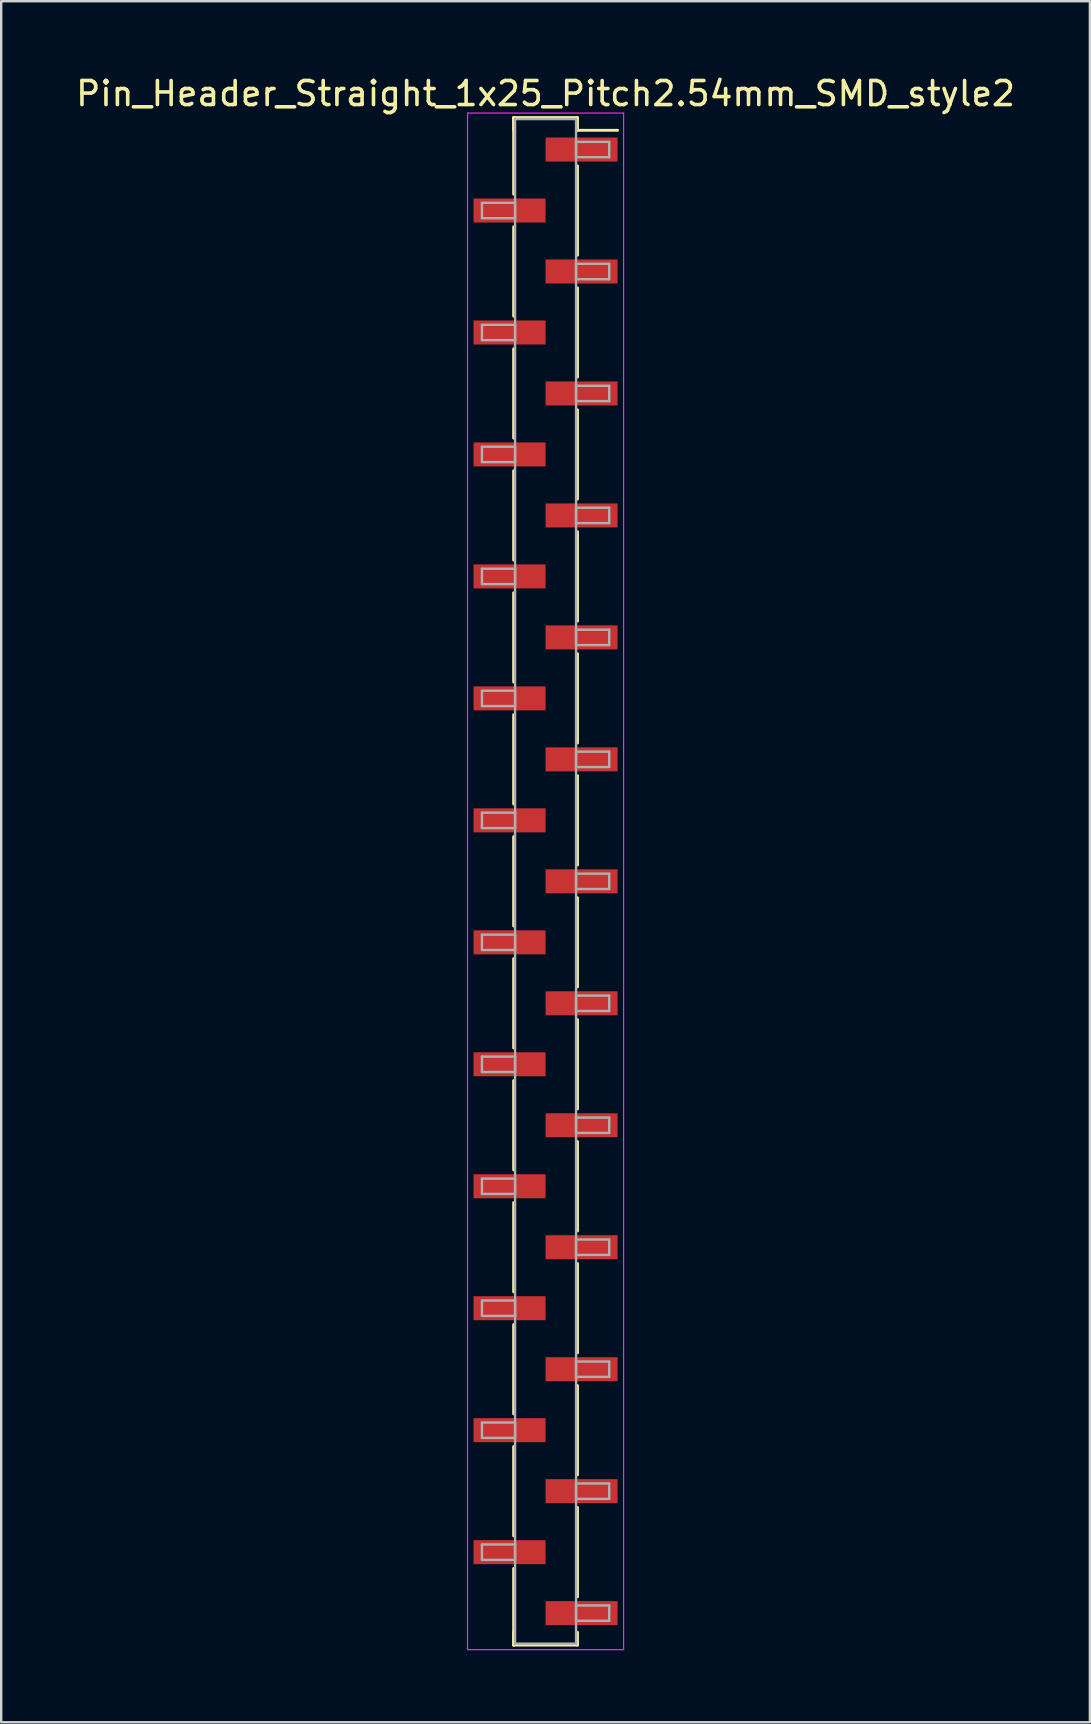
<source format=kicad_pcb>
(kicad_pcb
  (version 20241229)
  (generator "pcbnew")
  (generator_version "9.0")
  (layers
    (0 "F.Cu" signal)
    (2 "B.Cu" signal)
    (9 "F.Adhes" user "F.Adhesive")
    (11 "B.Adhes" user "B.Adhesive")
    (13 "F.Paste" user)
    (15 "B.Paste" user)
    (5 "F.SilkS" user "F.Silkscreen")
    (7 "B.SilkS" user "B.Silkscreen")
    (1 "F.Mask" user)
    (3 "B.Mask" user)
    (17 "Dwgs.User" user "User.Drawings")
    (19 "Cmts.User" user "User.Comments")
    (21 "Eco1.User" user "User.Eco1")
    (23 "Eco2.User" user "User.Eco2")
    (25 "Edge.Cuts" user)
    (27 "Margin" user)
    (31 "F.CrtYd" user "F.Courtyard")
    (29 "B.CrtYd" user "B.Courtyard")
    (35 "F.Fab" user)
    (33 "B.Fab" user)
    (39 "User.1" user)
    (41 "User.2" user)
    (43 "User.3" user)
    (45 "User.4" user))
  (footprint "Pin_Header_Straight_1x25_Pitch2.54mm_SMD_style2"
    (layer "F.Cu")
    (at 19.673 33.658)
    (property "Reference" "Pin_Header_Straight_1x25_Pitch2.54mm_SMD_style2" (at 0 -32.81 0) (layer "F.SilkS") (effects (font (size 1 1) (thickness 0.15))))
    (attr smd)
    (fp_line (start -1.33 -31.81) (end -1.33 -28.62) (stroke (width 0.12) (type solid)) (layer "F.SilkS"))
    (fp_line (start -1.33 -31.81) (end 1.33 -31.81) (stroke (width 0.12) (type solid)) (layer "F.SilkS"))
    (fp_line (start -1.33 -31.28) (end -1.33 -31.81) (stroke (width 0.12) (type solid)) (layer "F.SilkS"))
    (fp_line (start -1.33 -27.26) (end -1.33 -23.54) (stroke (width 0.12) (type solid)) (layer "F.SilkS"))
    (fp_line (start -1.33 -22.18) (end -1.33 -18.46) (stroke (width 0.12) (type solid)) (layer "F.SilkS"))
    (fp_line (start -1.33 -17.1) (end -1.33 -13.38) (stroke (width 0.12) (type solid)) (layer "F.SilkS"))
    (fp_line (start -1.33 -12.02) (end -1.33 -8.3) (stroke (width 0.12) (type solid)) (layer "F.SilkS"))
    (fp_line (start -1.33 -6.94) (end -1.33 -3.22) (stroke (width 0.12) (type solid)) (layer "F.SilkS"))
    (fp_line (start -1.33 -1.86) (end -1.33 1.86) (stroke (width 0.12) (type solid)) (layer "F.SilkS"))
    (fp_line (start -1.33 3.22) (end -1.33 6.94) (stroke (width 0.12) (type solid)) (layer "F.SilkS"))
    (fp_line (start -1.33 8.3) (end -1.33 12.02) (stroke (width 0.12) (type solid)) (layer "F.SilkS"))
    (fp_line (start -1.33 13.38) (end -1.33 17.1) (stroke (width 0.12) (type solid)) (layer "F.SilkS"))
    (fp_line (start -1.33 18.46) (end -1.33 22.18) (stroke (width 0.12) (type solid)) (layer "F.SilkS"))
    (fp_line (start -1.33 23.54) (end -1.33 27.26) (stroke (width 0.12) (type solid)) (layer "F.SilkS"))
    (fp_line (start -1.33 28.62) (end -1.33 31.81) (stroke (width 0.12) (type solid)) (layer "F.SilkS"))
    (fp_line (start -1.33 31.28) (end -1.33 31.81) (stroke (width 0.12) (type solid)) (layer "F.SilkS"))
    (fp_line (start -1.33 31.81) (end 1.33 31.81) (stroke (width 0.12) (type solid)) (layer "F.SilkS"))
    (fp_line (start 1.33 -31.81) (end 1.33 -31.28) (stroke (width 0.12) (type solid)) (layer "F.SilkS"))
    (fp_line (start 1.33 -31.28) (end 3 -31.28) (stroke (width 0.12) (type solid)) (layer "F.SilkS"))
    (fp_line (start 1.33 -29.8) (end 1.33 -26.08) (stroke (width 0.12) (type solid)) (layer "F.SilkS"))
    (fp_line (start 1.33 -24.72) (end 1.33 -21) (stroke (width 0.12) (type solid)) (layer "F.SilkS"))
    (fp_line (start 1.33 -19.64) (end 1.33 -15.92) (stroke (width 0.12) (type solid)) (layer "F.SilkS"))
    (fp_line (start 1.33 -14.56) (end 1.33 -10.84) (stroke (width 0.12) (type solid)) (layer "F.SilkS"))
    (fp_line (start 1.33 -9.48) (end 1.33 -5.76) (stroke (width 0.12) (type solid)) (layer "F.SilkS"))
    (fp_line (start 1.33 -4.4) (end 1.33 -0.68) (stroke (width 0.12) (type solid)) (layer "F.SilkS"))
    (fp_line (start 1.33 0.68) (end 1.33 4.4) (stroke (width 0.12) (type solid)) (layer "F.SilkS"))
    (fp_line (start 1.33 5.76) (end 1.33 9.48) (stroke (width 0.12) (type solid)) (layer "F.SilkS"))
    (fp_line (start 1.33 10.84) (end 1.33 14.56) (stroke (width 0.12) (type solid)) (layer "F.SilkS"))
    (fp_line (start 1.33 15.92) (end 1.33 19.64) (stroke (width 0.12) (type solid)) (layer "F.SilkS"))
    (fp_line (start 1.33 21) (end 1.33 24.72) (stroke (width 0.12) (type solid)) (layer "F.SilkS"))
    (fp_line (start 1.33 26.08) (end 1.33 29.8) (stroke (width 0.12) (type solid)) (layer "F.SilkS"))
    (fp_line (start 1.33 31.81) (end 1.33 31.28) (stroke (width 0.12) (type solid)) (layer "F.SilkS"))
    (fp_line (start -3.25 -32) (end -3.25 32) (stroke (width 0.05) (type solid)) (layer "F.CrtYd"))
    (fp_line (start -3.25 32) (end 3.25 32) (stroke (width 0.05) (type solid)) (layer "F.CrtYd"))
    (fp_line (start 3.25 -32) (end -3.25 -32) (stroke (width 0.05) (type solid)) (layer "F.CrtYd"))
    (fp_line (start 3.25 32) (end 3.25 -32) (stroke (width 0.05) (type solid)) (layer "F.CrtYd"))
    (fp_line (start -2.65 -28.26) (end -1.27 -28.26) (stroke (width 0.1) (type solid)) (layer "F.Fab"))
    (fp_line (start -2.65 -27.62) (end -2.65 -28.26) (stroke (width 0.1) (type solid)) (layer "F.Fab"))
    (fp_line (start -2.65 -23.18) (end -1.27 -23.18) (stroke (width 0.1) (type solid)) (layer "F.Fab"))
    (fp_line (start -2.65 -22.54) (end -2.65 -23.18) (stroke (width 0.1) (type solid)) (layer "F.Fab"))
    (fp_line (start -2.65 -18.1) (end -1.27 -18.1) (stroke (width 0.1) (type solid)) (layer "F.Fab"))
    (fp_line (start -2.65 -17.46) (end -2.65 -18.1) (stroke (width 0.1) (type solid)) (layer "F.Fab"))
    (fp_line (start -2.65 -13.02) (end -1.27 -13.02) (stroke (width 0.1) (type solid)) (layer "F.Fab"))
    (fp_line (start -2.65 -12.38) (end -2.65 -13.02) (stroke (width 0.1) (type solid)) (layer "F.Fab"))
    (fp_line (start -2.65 -7.94) (end -1.27 -7.94) (stroke (width 0.1) (type solid)) (layer "F.Fab"))
    (fp_line (start -2.65 -7.3) (end -2.65 -7.94) (stroke (width 0.1) (type solid)) (layer "F.Fab"))
    (fp_line (start -2.65 -2.86) (end -1.27 -2.86) (stroke (width 0.1) (type solid)) (layer "F.Fab"))
    (fp_line (start -2.65 -2.22) (end -2.65 -2.86) (stroke (width 0.1) (type solid)) (layer "F.Fab"))
    (fp_line (start -2.65 2.22) (end -1.27 2.22) (stroke (width 0.1) (type solid)) (layer "F.Fab"))
    (fp_line (start -2.65 2.86) (end -2.65 2.22) (stroke (width 0.1) (type solid)) (layer "F.Fab"))
    (fp_line (start -2.65 7.3) (end -1.27 7.3) (stroke (width 0.1) (type solid)) (layer "F.Fab"))
    (fp_line (start -2.65 7.94) (end -2.65 7.3) (stroke (width 0.1) (type solid)) (layer "F.Fab"))
    (fp_line (start -2.65 12.38) (end -1.27 12.38) (stroke (width 0.1) (type solid)) (layer "F.Fab"))
    (fp_line (start -2.65 13.02) (end -2.65 12.38) (stroke (width 0.1) (type solid)) (layer "F.Fab"))
    (fp_line (start -2.65 17.46) (end -1.27 17.46) (stroke (width 0.1) (type solid)) (layer "F.Fab"))
    (fp_line (start -2.65 18.1) (end -2.65 17.46) (stroke (width 0.1) (type solid)) (layer "F.Fab"))
    (fp_line (start -2.65 22.54) (end -1.27 22.54) (stroke (width 0.1) (type solid)) (layer "F.Fab"))
    (fp_line (start -2.65 23.18) (end -2.65 22.54) (stroke (width 0.1) (type solid)) (layer "F.Fab"))
    (fp_line (start -2.65 27.62) (end -1.27 27.62) (stroke (width 0.1) (type solid)) (layer "F.Fab"))
    (fp_line (start -2.65 28.26) (end -2.65 27.62) (stroke (width 0.1) (type solid)) (layer "F.Fab"))
    (fp_line (start -1.27 -31.75) (end -1.27 31.75) (stroke (width 0.1) (type solid)) (layer "F.Fab"))
    (fp_line (start -1.27 -28.26) (end -1.27 -27.62) (stroke (width 0.1) (type solid)) (layer "F.Fab"))
    (fp_line (start -1.27 -27.62) (end -2.65 -27.62) (stroke (width 0.1) (type solid)) (layer "F.Fab"))
    (fp_line (start -1.27 -23.18) (end -1.27 -22.54) (stroke (width 0.1) (type solid)) (layer "F.Fab"))
    (fp_line (start -1.27 -22.54) (end -2.65 -22.54) (stroke (width 0.1) (type solid)) (layer "F.Fab"))
    (fp_line (start -1.27 -18.1) (end -1.27 -17.46) (stroke (width 0.1) (type solid)) (layer "F.Fab"))
    (fp_line (start -1.27 -17.46) (end -2.65 -17.46) (stroke (width 0.1) (type solid)) (layer "F.Fab"))
    (fp_line (start -1.27 -13.02) (end -1.27 -12.38) (stroke (width 0.1) (type solid)) (layer "F.Fab"))
    (fp_line (start -1.27 -12.38) (end -2.65 -12.38) (stroke (width 0.1) (type solid)) (layer "F.Fab"))
    (fp_line (start -1.27 -7.94) (end -1.27 -7.3) (stroke (width 0.1) (type solid)) (layer "F.Fab"))
    (fp_line (start -1.27 -7.3) (end -2.65 -7.3) (stroke (width 0.1) (type solid)) (layer "F.Fab"))
    (fp_line (start -1.27 -2.86) (end -1.27 -2.22) (stroke (width 0.1) (type solid)) (layer "F.Fab"))
    (fp_line (start -1.27 -2.22) (end -2.65 -2.22) (stroke (width 0.1) (type solid)) (layer "F.Fab"))
    (fp_line (start -1.27 2.22) (end -1.27 2.86) (stroke (width 0.1) (type solid)) (layer "F.Fab"))
    (fp_line (start -1.27 2.86) (end -2.65 2.86) (stroke (width 0.1) (type solid)) (layer "F.Fab"))
    (fp_line (start -1.27 7.3) (end -1.27 7.94) (stroke (width 0.1) (type solid)) (layer "F.Fab"))
    (fp_line (start -1.27 7.94) (end -2.65 7.94) (stroke (width 0.1) (type solid)) (layer "F.Fab"))
    (fp_line (start -1.27 12.38) (end -1.27 13.02) (stroke (width 0.1) (type solid)) (layer "F.Fab"))
    (fp_line (start -1.27 13.02) (end -2.65 13.02) (stroke (width 0.1) (type solid)) (layer "F.Fab"))
    (fp_line (start -1.27 17.46) (end -1.27 18.1) (stroke (width 0.1) (type solid)) (layer "F.Fab"))
    (fp_line (start -1.27 18.1) (end -2.65 18.1) (stroke (width 0.1) (type solid)) (layer "F.Fab"))
    (fp_line (start -1.27 22.54) (end -1.27 23.18) (stroke (width 0.1) (type solid)) (layer "F.Fab"))
    (fp_line (start -1.27 23.18) (end -2.65 23.18) (stroke (width 0.1) (type solid)) (layer "F.Fab"))
    (fp_line (start -1.27 27.62) (end -1.27 28.26) (stroke (width 0.1) (type solid)) (layer "F.Fab"))
    (fp_line (start -1.27 28.26) (end -2.65 28.26) (stroke (width 0.1) (type solid)) (layer "F.Fab"))
    (fp_line (start -1.27 31.75) (end 1.27 31.75) (stroke (width 0.1) (type solid)) (layer "F.Fab"))
    (fp_line (start 1.27 -31.75) (end -1.27 -31.75) (stroke (width 0.1) (type solid)) (layer "F.Fab"))
    (fp_line (start 1.27 -30.8) (end 1.27 -30.16) (stroke (width 0.1) (type solid)) (layer "F.Fab"))
    (fp_line (start 1.27 -30.16) (end 2.65 -30.16) (stroke (width 0.1) (type solid)) (layer "F.Fab"))
    (fp_line (start 1.27 -25.72) (end 1.27 -25.08) (stroke (width 0.1) (type solid)) (layer "F.Fab"))
    (fp_line (start 1.27 -25.08) (end 2.65 -25.08) (stroke (width 0.1) (type solid)) (layer "F.Fab"))
    (fp_line (start 1.27 -20.64) (end 1.27 -20) (stroke (width 0.1) (type solid)) (layer "F.Fab"))
    (fp_line (start 1.27 -20) (end 2.65 -20) (stroke (width 0.1) (type solid)) (layer "F.Fab"))
    (fp_line (start 1.27 -15.56) (end 1.27 -14.92) (stroke (width 0.1) (type solid)) (layer "F.Fab"))
    (fp_line (start 1.27 -14.92) (end 2.65 -14.92) (stroke (width 0.1) (type solid)) (layer "F.Fab"))
    (fp_line (start 1.27 -10.48) (end 1.27 -9.84) (stroke (width 0.1) (type solid)) (layer "F.Fab"))
    (fp_line (start 1.27 -9.84) (end 2.65 -9.84) (stroke (width 0.1) (type solid)) (layer "F.Fab"))
    (fp_line (start 1.27 -5.4) (end 1.27 -4.76) (stroke (width 0.1) (type solid)) (layer "F.Fab"))
    (fp_line (start 1.27 -4.76) (end 2.65 -4.76) (stroke (width 0.1) (type solid)) (layer "F.Fab"))
    (fp_line (start 1.27 -0.32) (end 1.27 0.32) (stroke (width 0.1) (type solid)) (layer "F.Fab"))
    (fp_line (start 1.27 0.32) (end 2.65 0.32) (stroke (width 0.1) (type solid)) (layer "F.Fab"))
    (fp_line (start 1.27 4.76) (end 1.27 5.4) (stroke (width 0.1) (type solid)) (layer "F.Fab"))
    (fp_line (start 1.27 5.4) (end 2.65 5.4) (stroke (width 0.1) (type solid)) (layer "F.Fab"))
    (fp_line (start 1.27 9.84) (end 1.27 10.48) (stroke (width 0.1) (type solid)) (layer "F.Fab"))
    (fp_line (start 1.27 10.48) (end 2.65 10.48) (stroke (width 0.1) (type solid)) (layer "F.Fab"))
    (fp_line (start 1.27 14.92) (end 1.27 15.56) (stroke (width 0.1) (type solid)) (layer "F.Fab"))
    (fp_line (start 1.27 15.56) (end 2.65 15.56) (stroke (width 0.1) (type solid)) (layer "F.Fab"))
    (fp_line (start 1.27 20) (end 1.27 20.64) (stroke (width 0.1) (type solid)) (layer "F.Fab"))
    (fp_line (start 1.27 20.64) (end 2.65 20.64) (stroke (width 0.1) (type solid)) (layer "F.Fab"))
    (fp_line (start 1.27 25.08) (end 1.27 25.72) (stroke (width 0.1) (type solid)) (layer "F.Fab"))
    (fp_line (start 1.27 25.72) (end 2.65 25.72) (stroke (width 0.1) (type solid)) (layer "F.Fab"))
    (fp_line (start 1.27 30.16) (end 1.27 30.8) (stroke (width 0.1) (type solid)) (layer "F.Fab"))
    (fp_line (start 1.27 30.8) (end 2.65 30.8) (stroke (width 0.1) (type solid)) (layer "F.Fab"))
    (fp_line (start 1.27 31.75) (end 1.27 -31.75) (stroke (width 0.1) (type solid)) (layer "F.Fab"))
    (fp_line (start 2.65 -30.8) (end 1.27 -30.8) (stroke (width 0.1) (type solid)) (layer "F.Fab"))
    (fp_line (start 2.65 -30.16) (end 2.65 -30.8) (stroke (width 0.1) (type solid)) (layer "F.Fab"))
    (fp_line (start 2.65 -25.72) (end 1.27 -25.72) (stroke (width 0.1) (type solid)) (layer "F.Fab"))
    (fp_line (start 2.65 -25.08) (end 2.65 -25.72) (stroke (width 0.1) (type solid)) (layer "F.Fab"))
    (fp_line (start 2.65 -20.64) (end 1.27 -20.64) (stroke (width 0.1) (type solid)) (layer "F.Fab"))
    (fp_line (start 2.65 -20) (end 2.65 -20.64) (stroke (width 0.1) (type solid)) (layer "F.Fab"))
    (fp_line (start 2.65 -15.56) (end 1.27 -15.56) (stroke (width 0.1) (type solid)) (layer "F.Fab"))
    (fp_line (start 2.65 -14.92) (end 2.65 -15.56) (stroke (width 0.1) (type solid)) (layer "F.Fab"))
    (fp_line (start 2.65 -10.48) (end 1.27 -10.48) (stroke (width 0.1) (type solid)) (layer "F.Fab"))
    (fp_line (start 2.65 -9.84) (end 2.65 -10.48) (stroke (width 0.1) (type solid)) (layer "F.Fab"))
    (fp_line (start 2.65 -5.4) (end 1.27 -5.4) (stroke (width 0.1) (type solid)) (layer "F.Fab"))
    (fp_line (start 2.65 -4.76) (end 2.65 -5.4) (stroke (width 0.1) (type solid)) (layer "F.Fab"))
    (fp_line (start 2.65 -0.32) (end 1.27 -0.32) (stroke (width 0.1) (type solid)) (layer "F.Fab"))
    (fp_line (start 2.65 0.32) (end 2.65 -0.32) (stroke (width 0.1) (type solid)) (layer "F.Fab"))
    (fp_line (start 2.65 4.76) (end 1.27 4.76) (stroke (width 0.1) (type solid)) (layer "F.Fab"))
    (fp_line (start 2.65 5.4) (end 2.65 4.76) (stroke (width 0.1) (type solid)) (layer "F.Fab"))
    (fp_line (start 2.65 9.84) (end 1.27 9.84) (stroke (width 0.1) (type solid)) (layer "F.Fab"))
    (fp_line (start 2.65 10.48) (end 2.65 9.84) (stroke (width 0.1) (type solid)) (layer "F.Fab"))
    (fp_line (start 2.65 14.92) (end 1.27 14.92) (stroke (width 0.1) (type solid)) (layer "F.Fab"))
    (fp_line (start 2.65 15.56) (end 2.65 14.92) (stroke (width 0.1) (type solid)) (layer "F.Fab"))
    (fp_line (start 2.65 20) (end 1.27 20) (stroke (width 0.1) (type solid)) (layer "F.Fab"))
    (fp_line (start 2.65 20.64) (end 2.65 20) (stroke (width 0.1) (type solid)) (layer "F.Fab"))
    (fp_line (start 2.65 25.08) (end 1.27 25.08) (stroke (width 0.1) (type solid)) (layer "F.Fab"))
    (fp_line (start 2.65 25.72) (end 2.65 25.08) (stroke (width 0.1) (type solid)) (layer "F.Fab"))
    (fp_line (start 2.65 30.16) (end 1.27 30.16) (stroke (width 0.1) (type solid)) (layer "F.Fab"))
    (fp_line (start 2.65 30.8) (end 2.65 30.16) (stroke (width 0.1) (type solid)) (layer "F.Fab"))
    (pad "1" smd rect (at 1.5 -30.48) (size 3 1) (layers "F.Cu" "F.Mask"))
    (pad "2" smd rect (at -1.5 -27.94) (size 3 1) (layers "F.Cu" "F.Mask"))
    (pad "3" smd rect (at 1.5 -25.4) (size 3 1) (layers "F.Cu" "F.Mask"))
    (pad "4" smd rect (at -1.5 -22.86) (size 3 1) (layers "F.Cu" "F.Mask"))
    (pad "5" smd rect (at 1.5 -20.32) (size 3 1) (layers "F.Cu" "F.Mask"))
    (pad "6" smd rect (at -1.5 -17.78) (size 3 1) (layers "F.Cu" "F.Mask"))
    (pad "7" smd rect (at 1.5 -15.24) (size 3 1) (layers "F.Cu" "F.Mask"))
    (pad "8" smd rect (at -1.5 -12.7) (size 3 1) (layers "F.Cu" "F.Mask"))
    (pad "9" smd rect (at 1.5 -10.16) (size 3 1) (layers "F.Cu" "F.Mask"))
    (pad "10" smd rect (at -1.5 -7.62) (size 3 1) (layers "F.Cu" "F.Mask"))
    (pad "11" smd rect (at 1.5 -5.08) (size 3 1) (layers "F.Cu" "F.Mask"))
    (pad "12" smd rect (at -1.5 -2.54) (size 3 1) (layers "F.Cu" "F.Mask"))
    (pad "13" smd rect (at 1.5 0) (size 3 1) (layers "F.Cu" "F.Mask"))
    (pad "14" smd rect (at -1.5 2.54) (size 3 1) (layers "F.Cu" "F.Mask"))
    (pad "15" smd rect (at 1.5 5.08) (size 3 1) (layers "F.Cu" "F.Mask"))
    (pad "16" smd rect (at -1.5 7.62) (size 3 1) (layers "F.Cu" "F.Mask"))
    (pad "17" smd rect (at 1.5 10.16) (size 3 1) (layers "F.Cu" "F.Mask"))
    (pad "18" smd rect (at -1.5 12.7) (size 3 1) (layers "F.Cu" "F.Mask"))
    (pad "19" smd rect (at 1.5 15.24) (size 3 1) (layers "F.Cu" "F.Mask"))
    (pad "20" smd rect (at -1.5 17.78) (size 3 1) (layers "F.Cu" "F.Mask"))
    (pad "21" smd rect (at 1.5 20.32) (size 3 1) (layers "F.Cu" "F.Mask"))
    (pad "22" smd rect (at -1.5 22.86) (size 3 1) (layers "F.Cu" "F.Mask"))
    (pad "23" smd rect (at 1.5 25.4) (size 3 1) (layers "F.Cu" "F.Mask"))
    (pad "24" smd rect (at -1.5 27.94) (size 3 1) (layers "F.Cu" "F.Mask"))
    (pad "25" smd rect (at 1.5 30.48) (size 3 1) (layers "F.Cu" "F.Mask")))
  (gr_rect
    (start -3 -3)
    (end 42.345 68.683)
    (stroke (width 0.1) (type default))
    (fill no)
    (layer "Edge.Cuts")))
</source>
